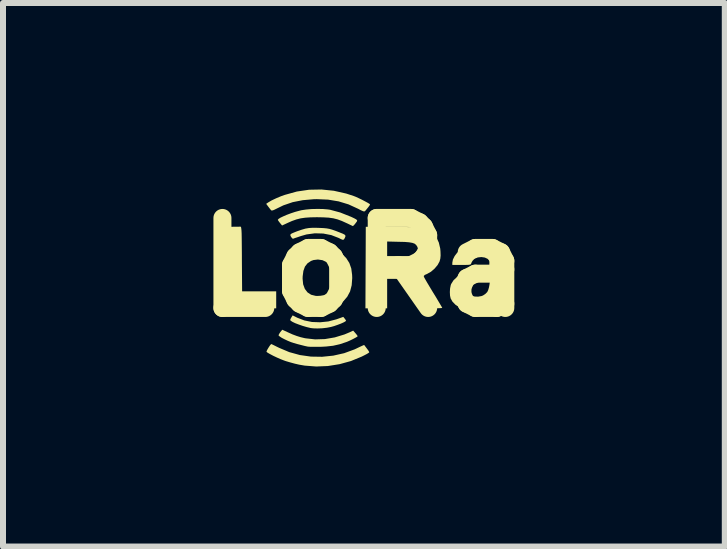
<source format=kicad_pcb>
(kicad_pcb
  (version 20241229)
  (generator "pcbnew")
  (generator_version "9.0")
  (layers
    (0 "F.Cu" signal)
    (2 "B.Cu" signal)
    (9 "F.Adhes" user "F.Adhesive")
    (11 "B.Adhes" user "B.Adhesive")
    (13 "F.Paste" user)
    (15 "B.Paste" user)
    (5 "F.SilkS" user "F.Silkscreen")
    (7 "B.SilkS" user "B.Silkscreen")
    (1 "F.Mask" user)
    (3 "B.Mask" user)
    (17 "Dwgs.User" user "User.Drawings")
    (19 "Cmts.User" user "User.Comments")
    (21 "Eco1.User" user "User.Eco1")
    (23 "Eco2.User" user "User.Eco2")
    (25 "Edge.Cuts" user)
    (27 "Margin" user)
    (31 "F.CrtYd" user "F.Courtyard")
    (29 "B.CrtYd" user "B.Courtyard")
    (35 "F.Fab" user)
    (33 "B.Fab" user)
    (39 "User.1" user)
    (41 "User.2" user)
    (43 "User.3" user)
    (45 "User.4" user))
  (footprint "LoRa"
    (layer "F.Cu")
    (at 3.014 1.404)
    (property "Reference" "LoRa" (at 0 0 0) (layer "F.SilkS") (effects (font (size 1.5 1.5) (thickness 0.3))))
    (attr board_only exclude_from_pos_files exclude_from_bom)
    (fp_poly (pts (xy -2.053 -0.676) (xy -2.048 -0.671) (xy -2.045 -0.659) (xy -2.042 -0.638) (xy -2.039 -0.607) (xy -2.037 -0.561) (xy -2.036 -0.501) (xy -2.035 -0.422) (xy -2.034 -0.323) (xy -2.033 -0.201) (xy -2.033 -0.139) (xy -2.029 0.401) (xy -1.745 0.401) (xy -1.461 0.401) (xy -1.461 0.543) (xy -1.461 0.685) (xy -1.926 0.685) (xy -2.391 0.685) (xy -2.391 0.006) (xy -2.391 -0.672) (xy -2.236 -0.674) (xy -2.174 -0.675) (xy -2.119 -0.675) (xy -2.079 -0.676) (xy -2.058 -0.677)) (stroke (width 0) (type solid)) (fill yes) (layer "F.SilkS"))
    (fp_poly (pts (xy -1.11 0.841) (xy -0.993 0.886) (xy -0.865 0.912) (xy -0.729 0.917) (xy -0.592 0.903) (xy -0.459 0.868) (xy -0.343 0.827) (xy -0.32 0.855) (xy -0.303 0.878) (xy -0.297 0.891) (xy -0.309 0.903) (xy -0.34 0.92) (xy -0.385 0.94) (xy -0.438 0.96) (xy -0.495 0.98) (xy -0.549 0.995) (xy -0.616 1.008) (xy -0.694 1.017) (xy -0.773 1.02) (xy -0.843 1.018) (xy -0.885 1.013) (xy -0.952 0.997) (xy -1.02 0.977) (xy -1.086 0.954) (xy -1.144 0.932) (xy -1.19 0.91) (xy -1.219 0.891) (xy -1.228 0.879) (xy -1.221 0.859) (xy -1.207 0.834) (xy -1.187 0.802)) (stroke (width 0) (type solid)) (fill yes) (layer "F.SilkS"))
    (fp_poly (pts (xy -0.776 -0.657) (xy -0.747 -0.656) (xy -0.676 -0.653) (xy -0.622 -0.648) (xy -0.576 -0.64) (xy -0.53 -0.627) (xy -0.475 -0.608) (xy -0.459 -0.602) (xy -0.393 -0.576) (xy -0.348 -0.558) (xy -0.32 -0.543) (xy -0.308 -0.529) (xy -0.307 -0.515) (xy -0.314 -0.497) (xy -0.317 -0.49) (xy -0.329 -0.468) (xy -0.341 -0.458) (xy -0.358 -0.459) (xy -0.388 -0.472) (xy -0.419 -0.488) (xy -0.543 -0.536) (xy -0.677 -0.562) (xy -0.816 -0.566) (xy -0.956 -0.547) (xy -1.053 -0.519) (xy -1.105 -0.501) (xy -1.148 -0.487) (xy -1.175 -0.477) (xy -1.182 -0.475) (xy -1.195 -0.483) (xy -1.213 -0.506) (xy -1.214 -0.508) (xy -1.224 -0.528) (xy -1.225 -0.543) (xy -1.214 -0.556) (xy -1.187 -0.57) (xy -1.14 -0.589) (xy -1.112 -0.6) (xy -1.036 -0.626) (xy -0.974 -0.644) (xy -0.915 -0.654) (xy -0.852 -0.658)) (stroke (width 0) (type solid)) (fill yes) (layer "F.SilkS"))
    (fp_poly (pts (xy -0.501 -1.275) (xy -0.293 -1.228) (xy -0.168 -1.187) (xy -0.13 -1.172) (xy -0.083 -1.15) (xy -0.031 -1.125) (xy 0.018 -1.099) (xy 0.061 -1.076) (xy 0.091 -1.058) (xy 0.103 -1.047) (xy 0.103 -1.047) (xy 0.096 -1.032) (xy 0.075 -1.003) (xy 0.044 -0.965) (xy 0.026 -0.943) (xy 0.015 -0.933) (xy 0.002 -0.93) (xy -0.018 -0.936) (xy -0.051 -0.951) (xy -0.097 -0.975) (xy -0.256 -1.048) (xy -0.421 -1.098) (xy -0.596 -1.127) (xy -0.783 -1.135) (xy -0.834 -1.134) (xy -1.018 -1.118) (xy -1.186 -1.085) (xy -1.341 -1.032) (xy -1.454 -0.977) (xy -1.501 -0.954) (xy -1.531 -0.945) (xy -1.545 -0.949) (xy -1.56 -0.967) (xy -1.583 -0.997) (xy -1.593 -1.01) (xy -1.628 -1.057) (xy -1.593 -1.081) (xy -1.537 -1.114) (xy -1.463 -1.149) (xy -1.38 -1.184) (xy -1.318 -1.206) (xy -1.117 -1.262) (xy -0.913 -1.292) (xy -0.707 -1.296)) (stroke (width 0) (type solid)) (fill yes) (layer "F.SilkS"))
    (fp_poly (pts (xy -1.271 1.082) (xy -1.189 1.119) (xy -1.119 1.145) (xy -1.055 1.165) (xy -0.988 1.181) (xy -0.972 1.184) (xy -0.813 1.202) (xy -0.65 1.197) (xy -0.485 1.169) (xy -0.324 1.12) (xy -0.238 1.084) (xy -0.178 1.056) (xy -0.141 1.098) (xy -0.118 1.126) (xy -0.105 1.145) (xy -0.103 1.149) (xy -0.114 1.159) (xy -0.143 1.176) (xy -0.183 1.197) (xy -0.228 1.219) (xy -0.273 1.239) (xy -0.291 1.246) (xy -0.403 1.283) (xy -0.513 1.308) (xy -0.631 1.321) (xy -0.724 1.326) (xy -0.791 1.326) (xy -0.852 1.326) (xy -0.899 1.325) (xy -0.928 1.323) (xy -0.931 1.323) (xy -0.983 1.312) (xy -1.046 1.296) (xy -1.112 1.279) (xy -1.17 1.262) (xy -1.213 1.248) (xy -1.267 1.226) (xy -1.32 1.201) (xy -1.367 1.177) (xy -1.402 1.154) (xy -1.42 1.138) (xy -1.422 1.134) (xy -1.414 1.114) (xy -1.396 1.086) (xy -1.391 1.079) (xy -1.36 1.041)) (stroke (width 0) (type solid)) (fill yes) (layer "F.SilkS"))
    (fp_poly (pts (xy -0.685 -0.971) (xy -0.603 -0.964) (xy -0.562 -0.958) (xy -0.395 -0.913) (xy -0.221 -0.844) (xy -0.209 -0.839) (xy -0.159 -0.815) (xy -0.128 -0.798) (xy -0.114 -0.785) (xy -0.112 -0.773) (xy -0.115 -0.766) (xy -0.132 -0.742) (xy -0.153 -0.715) (xy -0.173 -0.694) (xy -0.183 -0.686) (xy -0.196 -0.692) (xy -0.226 -0.706) (xy -0.269 -0.727) (xy -0.291 -0.737) (xy -0.368 -0.772) (xy -0.439 -0.798) (xy -0.51 -0.816) (xy -0.588 -0.827) (xy -0.678 -0.832) (xy -0.782 -0.834) (xy -0.89 -0.832) (xy -0.978 -0.826) (xy -1.054 -0.815) (xy -1.125 -0.797) (xy -1.198 -0.771) (xy -1.266 -0.741) (xy -1.363 -0.696) (xy -1.399 -0.739) (xy -1.42 -0.767) (xy -1.433 -0.787) (xy -1.434 -0.79) (xy -1.423 -0.805) (xy -1.392 -0.825) (xy -1.344 -0.848) (xy -1.284 -0.874) (xy -1.217 -0.899) (xy -1.148 -0.922) (xy -1.079 -0.941) (xy -1.038 -0.951) (xy -0.963 -0.962) (xy -0.874 -0.97) (xy -0.778 -0.972)) (stroke (width 0) (type solid)) (fill yes) (layer "F.SilkS"))
    (fp_poly (pts (xy -1.53 1.285) (xy -1.499 1.3) (xy -1.455 1.322) (xy -1.412 1.343) (xy -1.244 1.414) (xy -1.066 1.463) (xy -0.882 1.489) (xy -0.696 1.492) (xy -0.51 1.473) (xy -0.328 1.432) (xy -0.154 1.368) (xy -0.118 1.351) (xy -0.068 1.327) (xy -0.027 1.308) (xy -0.001 1.297) (xy 0.006 1.296) (xy 0.014 1.307) (xy 0.033 1.332) (xy 0.049 1.353) (xy 0.073 1.385) (xy 0.087 1.409) (xy 0.09 1.417) (xy 0.079 1.427) (xy 0.05 1.445) (xy 0.006 1.468) (xy -0.036 1.489) (xy -0.216 1.563) (xy -0.405 1.615) (xy -0.6 1.646) (xy -0.795 1.654) (xy -0.987 1.639) (xy -1.08 1.623) (xy -1.153 1.606) (xy -1.23 1.585) (xy -1.301 1.564) (xy -1.332 1.553) (xy -1.391 1.53) (xy -1.452 1.503) (xy -1.511 1.475) (xy -1.562 1.448) (xy -1.601 1.426) (xy -1.622 1.41) (xy -1.623 1.408) (xy -1.619 1.394) (xy -1.605 1.366) (xy -1.585 1.333) (xy -1.565 1.303) (xy -1.548 1.283) (xy -1.542 1.28)) (stroke (width 0) (type solid)) (fill yes) (layer "F.SilkS"))
    (fp_poly (pts (xy -0.657 -0.352) (xy -0.547 -0.326) (xy -0.446 -0.282) (xy -0.364 -0.225) (xy -0.293 -0.151) (xy -0.242 -0.071) (xy -0.21 0.02) (xy -0.196 0.126) (xy -0.194 0.18) (xy -0.203 0.3) (xy -0.23 0.403) (xy -0.277 0.491) (xy -0.343 0.568) (xy -0.35 0.573) (xy -0.445 0.642) (xy -0.554 0.689) (xy -0.674 0.715) (xy -0.805 0.72) (xy -0.905 0.709) (xy -0.993 0.685) (xy -1.084 0.644) (xy -1.165 0.592) (xy -1.189 0.572) (xy -1.255 0.497) (xy -1.302 0.408) (xy -1.332 0.308) (xy -1.344 0.203) (xy -1.343 0.191) (xy -1.021 0.191) (xy -1.012 0.284) (xy -0.984 0.36) (xy -0.939 0.419) (xy -0.879 0.458) (xy -0.803 0.477) (xy -0.772 0.478) (xy -0.722 0.475) (xy -0.676 0.467) (xy -0.656 0.461) (xy -0.596 0.423) (xy -0.553 0.368) (xy -0.526 0.293) (xy -0.515 0.199) (xy -0.514 0.172) (xy -0.521 0.08) (xy -0.542 0.008) (xy -0.578 -0.049) (xy -0.623 -0.087) (xy -0.69 -0.118) (xy -0.766 -0.129) (xy -0.84 -0.12) (xy -0.881 -0.105) (xy -0.94 -0.065) (xy -0.982 -0.011) (xy -1.008 0.061) (xy -1.02 0.153) (xy -1.021 0.191) (xy -1.343 0.191) (xy -1.338 0.097) (xy -1.314 -0.006) (xy -1.273 -0.102) (xy -1.214 -0.186) (xy -1.182 -0.218) (xy -1.096 -0.28) (xy -0.996 -0.324) (xy -0.886 -0.351) (xy -0.772 -0.36)) (stroke (width 0) (type solid)) (fill yes) (layer "F.SilkS"))
    (fp_poly (pts (xy 0.465 -0.673) (xy 0.594 -0.672) (xy 0.699 -0.671) (xy 0.785 -0.669) (xy 0.854 -0.666) (xy 0.91 -0.661) (xy 0.955 -0.655) (xy 0.993 -0.647) (xy 1.026 -0.636) (xy 1.058 -0.623) (xy 1.075 -0.615) (xy 1.149 -0.566) (xy 1.208 -0.498) (xy 1.249 -0.412) (xy 1.273 -0.31) (xy 1.277 -0.261) (xy 1.279 -0.194) (xy 1.274 -0.143) (xy 1.262 -0.1) (xy 1.261 -0.096) (xy 1.228 -0.036) (xy 1.178 0.023) (xy 1.119 0.074) (xy 1.059 0.108) (xy 1.056 0.11) (xy 1.017 0.127) (xy 1 0.143) (xy 0.999 0.155) (xy 1.007 0.172) (xy 1.027 0.208) (xy 1.056 0.258) (xy 1.093 0.32) (xy 1.135 0.39) (xy 1.155 0.423) (xy 1.199 0.494) (xy 1.237 0.558) (xy 1.269 0.612) (xy 1.292 0.651) (xy 1.304 0.673) (xy 1.306 0.677) (xy 1.293 0.68) (xy 1.26 0.682) (xy 1.209 0.684) (xy 1.146 0.685) (xy 1.105 0.685) (xy 0.905 0.685) (xy 0.863 0.618) (xy 0.833 0.57) (xy 0.798 0.511) (xy 0.759 0.446) (xy 0.721 0.381) (xy 0.686 0.321) (xy 0.657 0.272) (xy 0.639 0.238) (xy 0.638 0.236) (xy 0.616 0.194) (xy 0.502 0.194) (xy 0.388 0.194) (xy 0.388 0.439) (xy 0.388 0.685) (xy 0.207 0.685) (xy 0.026 0.685) (xy 0.029 0.006) (xy 0.031 -0.429) (xy 0.388 -0.429) (xy 0.388 -0.247) (xy 0.388 -0.065) (xy 0.602 -0.065) (xy 0.817 -0.065) (xy 0.86 -0.108) (xy 0.899 -0.163) (xy 0.915 -0.227) (xy 0.906 -0.299) (xy 0.903 -0.308) (xy 0.889 -0.345) (xy 0.87 -0.373) (xy 0.844 -0.394) (xy 0.806 -0.407) (xy 0.753 -0.416) (xy 0.682 -0.422) (xy 0.591 -0.424) (xy 0.388 -0.429) (xy 0.031 -0.429) (xy 0.032 -0.674)) (stroke (width 0) (type solid)) (fill yes) (layer "F.SilkS"))
    (fp_poly (pts (xy 2.103 -0.346) (xy 2.13 -0.341) (xy 2.207 -0.323) (xy 2.265 -0.302) (xy 2.311 -0.275) (xy 2.343 -0.248) (xy 2.362 -0.229) (xy 2.377 -0.206) (xy 2.39 -0.179) (xy 2.399 -0.143) (xy 2.406 -0.097) (xy 2.412 -0.037) (xy 2.415 0.039) (xy 2.418 0.135) (xy 2.419 0.253) (xy 2.42 0.294) (xy 2.424 0.685) (xy 2.285 0.685) (xy 2.228 0.684) (xy 2.181 0.681) (xy 2.15 0.677) (xy 2.14 0.673) (xy 2.133 0.652) (xy 2.13 0.628) (xy 2.127 0.603) (xy 2.124 0.595) (xy 2.112 0.601) (xy 2.086 0.619) (xy 2.065 0.633) (xy 1.994 0.67) (xy 1.908 0.696) (xy 1.815 0.709) (xy 1.725 0.707) (xy 1.674 0.699) (xy 1.597 0.67) (xy 1.528 0.626) (xy 1.475 0.571) (xy 1.446 0.519) (xy 1.436 0.473) (xy 1.433 0.413) (xy 1.435 0.376) (xy 1.737 0.376) (xy 1.739 0.415) (xy 1.758 0.448) (xy 1.797 0.473) (xy 1.847 0.488) (xy 1.904 0.49) (xy 1.961 0.48) (xy 1.986 0.47) (xy 2.024 0.445) (xy 2.056 0.413) (xy 2.057 0.411) (xy 2.072 0.38) (xy 2.085 0.335) (xy 2.094 0.287) (xy 2.099 0.242) (xy 2.096 0.211) (xy 2.093 0.206) (xy 2.078 0.204) (xy 2.045 0.209) (xy 1.999 0.219) (xy 1.946 0.234) (xy 1.891 0.25) (xy 1.842 0.268) (xy 1.803 0.284) (xy 1.786 0.293) (xy 1.753 0.328) (xy 1.737 0.376) (xy 1.435 0.376) (xy 1.437 0.351) (xy 1.448 0.297) (xy 1.455 0.279) (xy 1.494 0.217) (xy 1.551 0.164) (xy 1.627 0.12) (xy 1.723 0.084) (xy 1.841 0.055) (xy 1.967 0.035) (xy 2.088 0.019) (xy 2.091 -0.047) (xy 2.092 -0.089) (xy 2.086 -0.114) (xy 2.069 -0.133) (xy 2.061 -0.141) (xy 2.015 -0.162) (xy 1.958 -0.17) (xy 1.899 -0.164) (xy 1.849 -0.144) (xy 1.838 -0.136) (xy 1.81 -0.106) (xy 1.793 -0.075) (xy 1.791 -0.071) (xy 1.787 -0.057) (xy 1.78 -0.048) (xy 1.765 -0.043) (xy 1.737 -0.04) (xy 1.693 -0.039) (xy 1.628 -0.039) (xy 1.474 -0.039) (xy 1.474 -0.075) (xy 1.484 -0.129) (xy 1.513 -0.187) (xy 1.554 -0.241) (xy 1.6 -0.281) (xy 1.675 -0.319) (xy 1.768 -0.345) (xy 1.874 -0.359) (xy 1.988 -0.36)) (stroke (width 0) (type solid)) (fill yes) (layer "F.SilkS")))
  (gr_rect
    (start -3 -3)
    (end 9.029 6.058)
    (stroke (width 0.1) (type default))
    (fill no)
    (layer "Edge.Cuts")))
</source>
